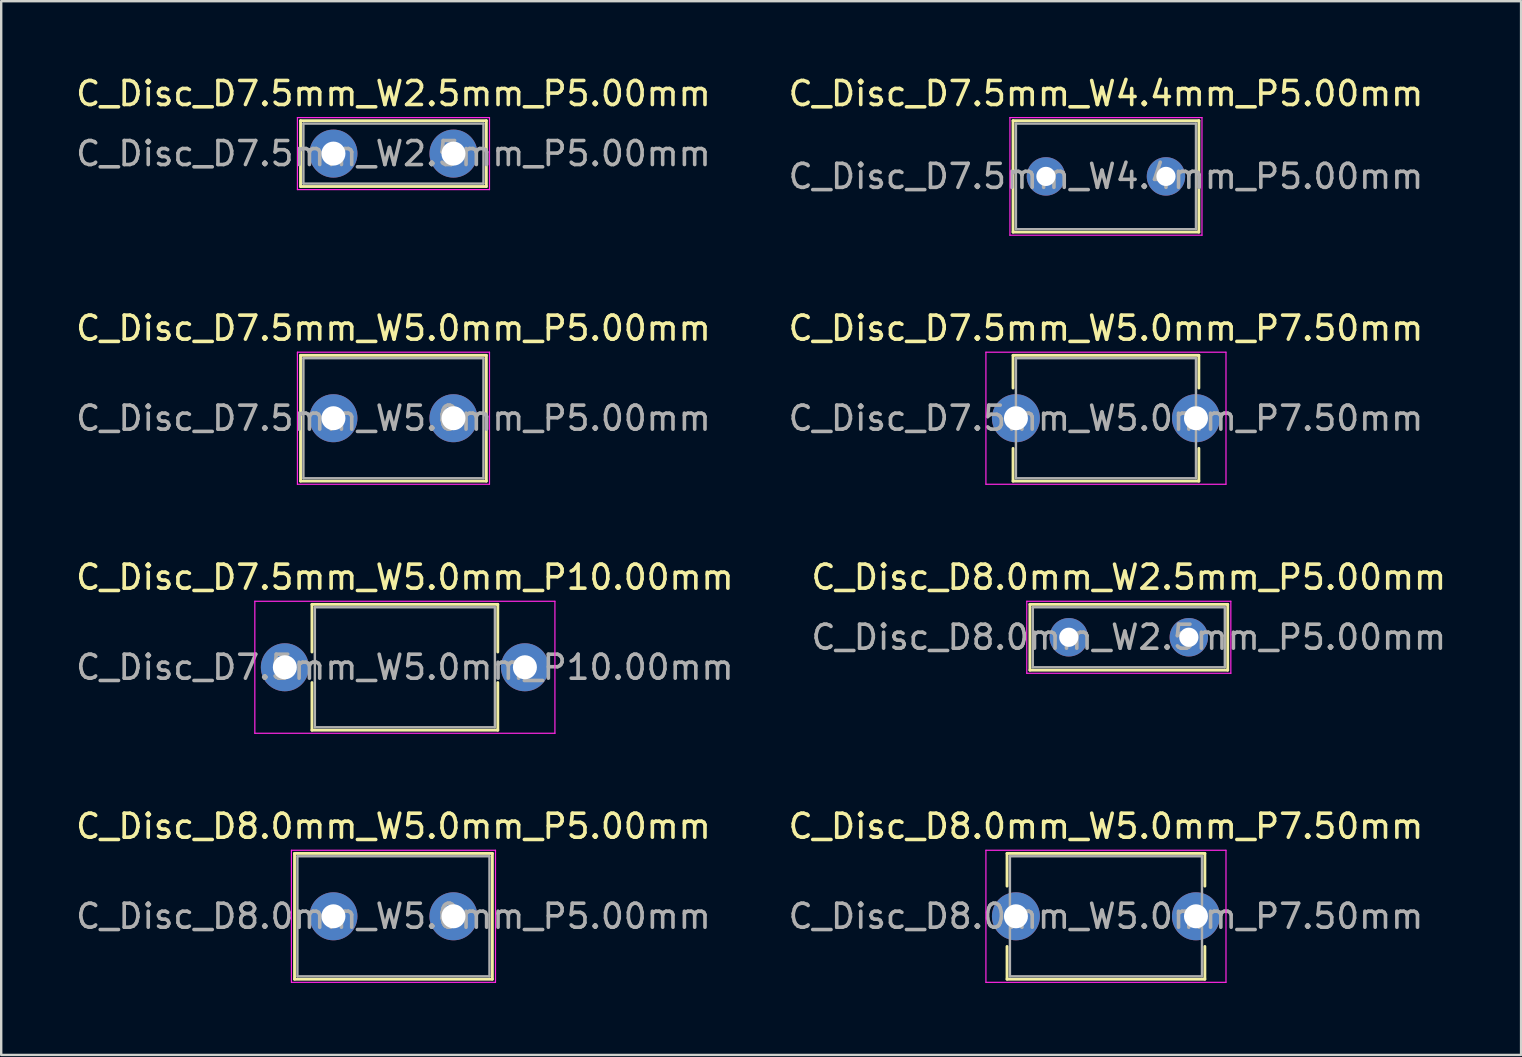
<source format=kicad_pcb>
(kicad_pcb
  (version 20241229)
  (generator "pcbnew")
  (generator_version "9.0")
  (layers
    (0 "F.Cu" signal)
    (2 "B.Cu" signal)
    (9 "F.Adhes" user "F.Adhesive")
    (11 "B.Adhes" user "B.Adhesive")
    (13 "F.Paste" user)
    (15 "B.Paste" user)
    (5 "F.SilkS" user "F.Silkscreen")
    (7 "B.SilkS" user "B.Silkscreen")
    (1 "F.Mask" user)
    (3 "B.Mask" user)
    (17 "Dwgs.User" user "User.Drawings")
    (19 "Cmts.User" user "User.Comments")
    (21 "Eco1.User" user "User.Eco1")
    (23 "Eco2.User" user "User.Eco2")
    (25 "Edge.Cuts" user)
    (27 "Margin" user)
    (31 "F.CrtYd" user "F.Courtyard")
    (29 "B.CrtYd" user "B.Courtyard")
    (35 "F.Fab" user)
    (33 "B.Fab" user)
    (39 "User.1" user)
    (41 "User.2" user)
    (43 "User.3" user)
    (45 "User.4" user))
  (footprint "C_Disc_D7.5mm_W5.0mm_P7.50mm"
    (layer "F.Cu")
    (at 39.268 14.371)
    (property "Reference" "C_Disc_D7.5mm_W5.0mm_P7.50mm" (at 3.75 -3.75 0) (layer "F.SilkS") (effects (font (size 1 1) (thickness 0.15))))
    (attr through_hole)
    (fp_line (start -0.12 -2.62) (end -0.12 -1.256) (stroke (width 0.12) (type solid)) (layer "F.SilkS"))
    (fp_line (start -0.12 -2.62) (end 7.62 -2.62) (stroke (width 0.12) (type solid)) (layer "F.SilkS"))
    (fp_line (start -0.12 1.256) (end -0.12 2.62) (stroke (width 0.12) (type solid)) (layer "F.SilkS"))
    (fp_line (start -0.12 2.62) (end 7.62 2.62) (stroke (width 0.12) (type solid)) (layer "F.SilkS"))
    (fp_line (start 7.62 -2.62) (end 7.62 -1.256) (stroke (width 0.12) (type solid)) (layer "F.SilkS"))
    (fp_line (start 7.62 1.256) (end 7.62 2.62) (stroke (width 0.12) (type solid)) (layer "F.SilkS"))
    (fp_line (start -1.25 -2.75) (end -1.25 2.75) (stroke (width 0.05) (type solid)) (layer "F.CrtYd"))
    (fp_line (start -1.25 2.75) (end 8.75 2.75) (stroke (width 0.05) (type solid)) (layer "F.CrtYd"))
    (fp_line (start 8.75 -2.75) (end -1.25 -2.75) (stroke (width 0.05) (type solid)) (layer "F.CrtYd"))
    (fp_line (start 8.75 2.75) (end 8.75 -2.75) (stroke (width 0.05) (type solid)) (layer "F.CrtYd"))
    (fp_line (start 0 -2.5) (end 0 2.5) (stroke (width 0.1) (type solid)) (layer "F.Fab"))
    (fp_line (start 0 2.5) (end 7.5 2.5) (stroke (width 0.1) (type solid)) (layer "F.Fab"))
    (fp_line (start 7.5 -2.5) (end 0 -2.5) (stroke (width 0.1) (type solid)) (layer "F.Fab"))
    (fp_line (start 7.5 2.5) (end 7.5 -2.5) (stroke (width 0.1) (type solid)) (layer "F.Fab"))
    (fp_text user "${REFERENCE}" (at 3.75 0 0) (layer "F.Fab") (effects (font (size 1 1) (thickness 0.15))))
    (pad "1" thru_hole circle (at 0 0) (size 2 2) (drill 1) (layers "*.Cu" "*.Mask"))
    (pad "2" thru_hole circle (at 7.5 0) (size 2 2) (drill 1) (layers "*.Cu" "*.Mask")))
  (footprint "C_Disc_D7.5mm_W5.0mm_P10.00mm"
    (layer "F.Cu")
    (at 8.815 24.745)
    (property "Reference" "C_Disc_D7.5mm_W5.0mm_P10.00mm" (at 5 -3.75 0) (layer "F.SilkS") (effects (font (size 1 1) (thickness 0.15))))
    (attr through_hole)
    (fp_line (start 1.13 -2.62) (end 1.13 -0.636) (stroke (width 0.12) (type solid)) (layer "F.SilkS"))
    (fp_line (start 1.13 -2.62) (end 8.87 -2.62) (stroke (width 0.12) (type solid)) (layer "F.SilkS"))
    (fp_line (start 1.13 0.636) (end 1.13 2.62) (stroke (width 0.12) (type solid)) (layer "F.SilkS"))
    (fp_line (start 1.13 2.62) (end 8.87 2.62) (stroke (width 0.12) (type solid)) (layer "F.SilkS"))
    (fp_line (start 8.87 -2.62) (end 8.87 -0.636) (stroke (width 0.12) (type solid)) (layer "F.SilkS"))
    (fp_line (start 8.87 0.636) (end 8.87 2.62) (stroke (width 0.12) (type solid)) (layer "F.SilkS"))
    (fp_line (start -1.25 -2.75) (end -1.25 2.75) (stroke (width 0.05) (type solid)) (layer "F.CrtYd"))
    (fp_line (start -1.25 2.75) (end 11.25 2.75) (stroke (width 0.05) (type solid)) (layer "F.CrtYd"))
    (fp_line (start 11.25 -2.75) (end -1.25 -2.75) (stroke (width 0.05) (type solid)) (layer "F.CrtYd"))
    (fp_line (start 11.25 2.75) (end 11.25 -2.75) (stroke (width 0.05) (type solid)) (layer "F.CrtYd"))
    (fp_line (start 1.25 -2.5) (end 1.25 2.5) (stroke (width 0.1) (type solid)) (layer "F.Fab"))
    (fp_line (start 1.25 2.5) (end 8.75 2.5) (stroke (width 0.1) (type solid)) (layer "F.Fab"))
    (fp_line (start 8.75 -2.5) (end 1.25 -2.5) (stroke (width 0.1) (type solid)) (layer "F.Fab"))
    (fp_line (start 8.75 2.5) (end 8.75 -2.5) (stroke (width 0.1) (type solid)) (layer "F.Fab"))
    (fp_text user "${REFERENCE}" (at 5 0 0) (layer "F.Fab") (effects (font (size 1 1) (thickness 0.15))))
    (pad "1" thru_hole circle (at 0 0) (size 2 2) (drill 1) (layers "*.Cu" "*.Mask"))
    (pad "2" thru_hole circle (at 10 0) (size 2 2) (drill 1) (layers "*.Cu" "*.Mask")))
  (footprint "C_Disc_D8.0mm_W2.5mm_P5.00mm"
    (layer "F.Cu")
    (at 41.47 23.495)
    (property "Reference" "C_Disc_D8.0mm_W2.5mm_P5.00mm" (at 2.5 -2.5 0) (layer "F.SilkS") (effects (font (size 1 1) (thickness 0.15))))
    (attr through_hole)
    (fp_line (start -1.62 -1.37) (end -1.62 1.37) (stroke (width 0.12) (type solid)) (layer "F.SilkS"))
    (fp_line (start -1.62 -1.37) (end 6.62 -1.37) (stroke (width 0.12) (type solid)) (layer "F.SilkS"))
    (fp_line (start -1.62 1.37) (end 6.62 1.37) (stroke (width 0.12) (type solid)) (layer "F.SilkS"))
    (fp_line (start 6.62 -1.37) (end 6.62 1.37) (stroke (width 0.12) (type solid)) (layer "F.SilkS"))
    (fp_line (start -1.75 -1.5) (end -1.75 1.5) (stroke (width 0.05) (type solid)) (layer "F.CrtYd"))
    (fp_line (start -1.75 1.5) (end 6.75 1.5) (stroke (width 0.05) (type solid)) (layer "F.CrtYd"))
    (fp_line (start 6.75 -1.5) (end -1.75 -1.5) (stroke (width 0.05) (type solid)) (layer "F.CrtYd"))
    (fp_line (start 6.75 1.5) (end 6.75 -1.5) (stroke (width 0.05) (type solid)) (layer "F.CrtYd"))
    (fp_line (start -1.5 -1.25) (end -1.5 1.25) (stroke (width 0.1) (type solid)) (layer "F.Fab"))
    (fp_line (start -1.5 1.25) (end 6.5 1.25) (stroke (width 0.1) (type solid)) (layer "F.Fab"))
    (fp_line (start 6.5 -1.25) (end -1.5 -1.25) (stroke (width 0.1) (type solid)) (layer "F.Fab"))
    (fp_line (start 6.5 1.25) (end 6.5 -1.25) (stroke (width 0.1) (type solid)) (layer "F.Fab"))
    (fp_text user "${REFERENCE}" (at 2.5 0 0) (layer "F.Fab") (effects (font (size 1 1) (thickness 0.15))))
    (pad "1" thru_hole circle (at 0 0) (size 1.6 1.6) (drill 0.8) (layers "*.Cu" "*.Mask"))
    (pad "2" thru_hole circle (at 5 0) (size 1.6 1.6) (drill 0.8) (layers "*.Cu" "*.Mask")))
  (footprint "C_Disc_D7.5mm_W2.5mm_P5.00mm"
    (layer "F.Cu")
    (at 10.839 3.348)
    (property "Reference" "C_Disc_D7.5mm_W2.5mm_P5.00mm" (at 2.5 -2.5 0) (layer "F.SilkS") (effects (font (size 1 1) (thickness 0.15))))
    (attr through_hole)
    (fp_line (start -1.37 -1.37) (end -1.37 1.37) (stroke (width 0.12) (type solid)) (layer "F.SilkS"))
    (fp_line (start -1.37 -1.37) (end 6.37 -1.37) (stroke (width 0.12) (type solid)) (layer "F.SilkS"))
    (fp_line (start -1.37 1.37) (end 6.37 1.37) (stroke (width 0.12) (type solid)) (layer "F.SilkS"))
    (fp_line (start 6.37 -1.37) (end 6.37 1.37) (stroke (width 0.12) (type solid)) (layer "F.SilkS"))
    (fp_line (start -1.5 -1.5) (end -1.5 1.5) (stroke (width 0.05) (type solid)) (layer "F.CrtYd"))
    (fp_line (start -1.5 1.5) (end 6.5 1.5) (stroke (width 0.05) (type solid)) (layer "F.CrtYd"))
    (fp_line (start 6.5 -1.5) (end -1.5 -1.5) (stroke (width 0.05) (type solid)) (layer "F.CrtYd"))
    (fp_line (start 6.5 1.5) (end 6.5 -1.5) (stroke (width 0.05) (type solid)) (layer "F.CrtYd"))
    (fp_line (start -1.25 -1.25) (end -1.25 1.25) (stroke (width 0.1) (type solid)) (layer "F.Fab"))
    (fp_line (start -1.25 1.25) (end 6.25 1.25) (stroke (width 0.1) (type solid)) (layer "F.Fab"))
    (fp_line (start 6.25 -1.25) (end -1.25 -1.25) (stroke (width 0.1) (type solid)) (layer "F.Fab"))
    (fp_line (start 6.25 1.25) (end 6.25 -1.25) (stroke (width 0.1) (type solid)) (layer "F.Fab"))
    (fp_text user "${REFERENCE}" (at 2.5 0 0) (layer "F.Fab") (effects (font (size 1 1) (thickness 0.15))))
    (pad "1" thru_hole circle (at 0 0) (size 2 2) (drill 1) (layers "*.Cu" "*.Mask"))
    (pad "2" thru_hole circle (at 5 0) (size 2 2) (drill 1) (layers "*.Cu" "*.Mask")))
  (footprint "C_Disc_D8.0mm_W5.0mm_P7.50mm"
    (layer "F.Cu")
    (at 39.268 35.118)
    (property "Reference" "C_Disc_D8.0mm_W5.0mm_P7.50mm" (at 3.75 -3.75 0) (layer "F.SilkS") (effects (font (size 1 1) (thickness 0.15))))
    (attr through_hole)
    (fp_line (start -0.37 -2.62) (end -0.37 -1.256) (stroke (width 0.12) (type solid)) (layer "F.SilkS"))
    (fp_line (start -0.37 -2.62) (end 7.87 -2.62) (stroke (width 0.12) (type solid)) (layer "F.SilkS"))
    (fp_line (start -0.37 1.256) (end -0.37 2.62) (stroke (width 0.12) (type solid)) (layer "F.SilkS"))
    (fp_line (start -0.37 2.62) (end 7.87 2.62) (stroke (width 0.12) (type solid)) (layer "F.SilkS"))
    (fp_line (start 7.87 -2.62) (end 7.87 -1.256) (stroke (width 0.12) (type solid)) (layer "F.SilkS"))
    (fp_line (start 7.87 1.256) (end 7.87 2.62) (stroke (width 0.12) (type solid)) (layer "F.SilkS"))
    (fp_line (start -1.25 -2.75) (end -1.25 2.75) (stroke (width 0.05) (type solid)) (layer "F.CrtYd"))
    (fp_line (start -1.25 2.75) (end 8.75 2.75) (stroke (width 0.05) (type solid)) (layer "F.CrtYd"))
    (fp_line (start 8.75 -2.75) (end -1.25 -2.75) (stroke (width 0.05) (type solid)) (layer "F.CrtYd"))
    (fp_line (start 8.75 2.75) (end 8.75 -2.75) (stroke (width 0.05) (type solid)) (layer "F.CrtYd"))
    (fp_line (start -0.25 -2.5) (end -0.25 2.5) (stroke (width 0.1) (type solid)) (layer "F.Fab"))
    (fp_line (start -0.25 2.5) (end 7.75 2.5) (stroke (width 0.1) (type solid)) (layer "F.Fab"))
    (fp_line (start 7.75 -2.5) (end -0.25 -2.5) (stroke (width 0.1) (type solid)) (layer "F.Fab"))
    (fp_line (start 7.75 2.5) (end 7.75 -2.5) (stroke (width 0.1) (type solid)) (layer "F.Fab"))
    (fp_text user "${REFERENCE}" (at 3.75 0 0) (layer "F.Fab") (effects (font (size 1 1) (thickness 0.15))))
    (pad "1" thru_hole circle (at 0 0) (size 2 2) (drill 1) (layers "*.Cu" "*.Mask"))
    (pad "2" thru_hole circle (at 7.5 0) (size 2 2) (drill 1) (layers "*.Cu" "*.Mask")))
  (footprint "C_Disc_D8.0mm_W5.0mm_P5.00mm"
    (layer "F.Cu")
    (at 10.839 35.118)
    (property "Reference" "C_Disc_D8.0mm_W5.0mm_P5.00mm" (at 2.5 -3.75 0) (layer "F.SilkS") (effects (font (size 1 1) (thickness 0.15))))
    (attr through_hole)
    (fp_line (start -1.62 -2.62) (end -1.62 2.62) (stroke (width 0.12) (type solid)) (layer "F.SilkS"))
    (fp_line (start -1.62 -2.62) (end 6.62 -2.62) (stroke (width 0.12) (type solid)) (layer "F.SilkS"))
    (fp_line (start -1.62 2.62) (end 6.62 2.62) (stroke (width 0.12) (type solid)) (layer "F.SilkS"))
    (fp_line (start 6.62 -2.62) (end 6.62 2.62) (stroke (width 0.12) (type solid)) (layer "F.SilkS"))
    (fp_line (start -1.75 -2.75) (end -1.75 2.75) (stroke (width 0.05) (type solid)) (layer "F.CrtYd"))
    (fp_line (start -1.75 2.75) (end 6.75 2.75) (stroke (width 0.05) (type solid)) (layer "F.CrtYd"))
    (fp_line (start 6.75 -2.75) (end -1.75 -2.75) (stroke (width 0.05) (type solid)) (layer "F.CrtYd"))
    (fp_line (start 6.75 2.75) (end 6.75 -2.75) (stroke (width 0.05) (type solid)) (layer "F.CrtYd"))
    (fp_line (start -1.5 -2.5) (end -1.5 2.5) (stroke (width 0.1) (type solid)) (layer "F.Fab"))
    (fp_line (start -1.5 2.5) (end 6.5 2.5) (stroke (width 0.1) (type solid)) (layer "F.Fab"))
    (fp_line (start 6.5 -2.5) (end -1.5 -2.5) (stroke (width 0.1) (type solid)) (layer "F.Fab"))
    (fp_line (start 6.5 2.5) (end 6.5 -2.5) (stroke (width 0.1) (type solid)) (layer "F.Fab"))
    (fp_text user "${REFERENCE}" (at 2.5 0 0) (layer "F.Fab") (effects (font (size 1 1) (thickness 0.15))))
    (pad "1" thru_hole circle (at 0 0) (size 2 2) (drill 1) (layers "*.Cu" "*.Mask"))
    (pad "2" thru_hole circle (at 5 0) (size 2 2) (drill 1) (layers "*.Cu" "*.Mask")))
  (footprint "C_Disc_D7.5mm_W4.4mm_P5.00mm"
    (layer "F.Cu")
    (at 40.518 4.298)
    (property "Reference" "C_Disc_D7.5mm_W4.4mm_P5.00mm" (at 2.5 -3.45 0) (layer "F.SilkS") (effects (font (size 1 1) (thickness 0.15))))
    (attr through_hole)
    (fp_line (start -1.37 -2.321) (end -1.37 2.321) (stroke (width 0.12) (type solid)) (layer "F.SilkS"))
    (fp_line (start -1.37 -2.321) (end 6.37 -2.321) (stroke (width 0.12) (type solid)) (layer "F.SilkS"))
    (fp_line (start -1.37 2.321) (end 6.37 2.321) (stroke (width 0.12) (type solid)) (layer "F.SilkS"))
    (fp_line (start 6.37 -2.321) (end 6.37 2.321) (stroke (width 0.12) (type solid)) (layer "F.SilkS"))
    (fp_line (start -1.5 -2.45) (end -1.5 2.45) (stroke (width 0.05) (type solid)) (layer "F.CrtYd"))
    (fp_line (start -1.5 2.45) (end 6.5 2.45) (stroke (width 0.05) (type solid)) (layer "F.CrtYd"))
    (fp_line (start 6.5 -2.45) (end -1.5 -2.45) (stroke (width 0.05) (type solid)) (layer "F.CrtYd"))
    (fp_line (start 6.5 2.45) (end 6.5 -2.45) (stroke (width 0.05) (type solid)) (layer "F.CrtYd"))
    (fp_line (start -1.25 -2.2) (end -1.25 2.2) (stroke (width 0.1) (type solid)) (layer "F.Fab"))
    (fp_line (start -1.25 2.2) (end 6.25 2.2) (stroke (width 0.1) (type solid)) (layer "F.Fab"))
    (fp_line (start 6.25 -2.2) (end -1.25 -2.2) (stroke (width 0.1) (type solid)) (layer "F.Fab"))
    (fp_line (start 6.25 2.2) (end 6.25 -2.2) (stroke (width 0.1) (type solid)) (layer "F.Fab"))
    (fp_text user "${REFERENCE}" (at 2.5 0 0) (layer "F.Fab") (effects (font (size 1 1) (thickness 0.15))))
    (pad "1" thru_hole circle (at 0 0) (size 1.6 1.6) (drill 0.8) (layers "*.Cu" "*.Mask"))
    (pad "2" thru_hole circle (at 5 0) (size 1.6 1.6) (drill 0.8) (layers "*.Cu" "*.Mask")))
  (footprint "C_Disc_D7.5mm_W5.0mm_P5.00mm"
    (layer "F.Cu")
    (at 10.839 14.371)
    (property "Reference" "C_Disc_D7.5mm_W5.0mm_P5.00mm" (at 2.5 -3.75 0) (layer "F.SilkS") (effects (font (size 1 1) (thickness 0.15))))
    (attr through_hole)
    (fp_line (start -1.37 -2.62) (end -1.37 2.62) (stroke (width 0.12) (type solid)) (layer "F.SilkS"))
    (fp_line (start -1.37 -2.62) (end 6.37 -2.62) (stroke (width 0.12) (type solid)) (layer "F.SilkS"))
    (fp_line (start -1.37 2.62) (end 6.37 2.62) (stroke (width 0.12) (type solid)) (layer "F.SilkS"))
    (fp_line (start 6.37 -2.62) (end 6.37 2.62) (stroke (width 0.12) (type solid)) (layer "F.SilkS"))
    (fp_line (start -1.5 -2.75) (end -1.5 2.75) (stroke (width 0.05) (type solid)) (layer "F.CrtYd"))
    (fp_line (start -1.5 2.75) (end 6.5 2.75) (stroke (width 0.05) (type solid)) (layer "F.CrtYd"))
    (fp_line (start 6.5 -2.75) (end -1.5 -2.75) (stroke (width 0.05) (type solid)) (layer "F.CrtYd"))
    (fp_line (start 6.5 2.75) (end 6.5 -2.75) (stroke (width 0.05) (type solid)) (layer "F.CrtYd"))
    (fp_line (start -1.25 -2.5) (end -1.25 2.5) (stroke (width 0.1) (type solid)) (layer "F.Fab"))
    (fp_line (start -1.25 2.5) (end 6.25 2.5) (stroke (width 0.1) (type solid)) (layer "F.Fab"))
    (fp_line (start 6.25 -2.5) (end -1.25 -2.5) (stroke (width 0.1) (type solid)) (layer "F.Fab"))
    (fp_line (start 6.25 2.5) (end 6.25 -2.5) (stroke (width 0.1) (type solid)) (layer "F.Fab"))
    (fp_text user "${REFERENCE}" (at 2.5 0 0) (layer "F.Fab") (effects (font (size 1 1) (thickness 0.15))))
    (pad "1" thru_hole circle (at 0 0) (size 2 2) (drill 1) (layers "*.Cu" "*.Mask"))
    (pad "2" thru_hole circle (at 5 0) (size 2 2) (drill 1) (layers "*.Cu" "*.Mask")))
  (gr_rect
    (start -3 -3)
    (end 60.31 40.893)
    (stroke (width 0.1) (type default))
    (fill no)
    (layer "Edge.Cuts")))
</source>
